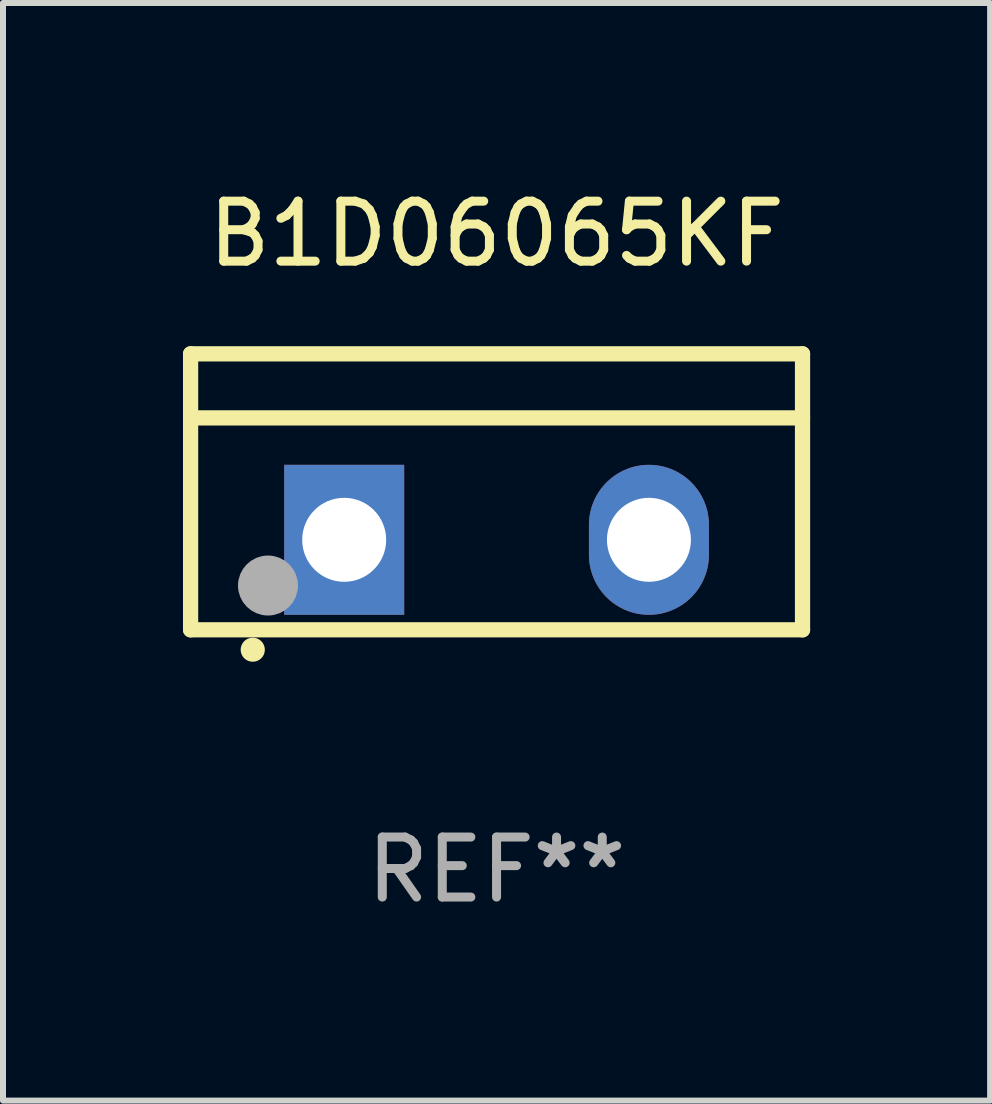
<source format=kicad_pcb>
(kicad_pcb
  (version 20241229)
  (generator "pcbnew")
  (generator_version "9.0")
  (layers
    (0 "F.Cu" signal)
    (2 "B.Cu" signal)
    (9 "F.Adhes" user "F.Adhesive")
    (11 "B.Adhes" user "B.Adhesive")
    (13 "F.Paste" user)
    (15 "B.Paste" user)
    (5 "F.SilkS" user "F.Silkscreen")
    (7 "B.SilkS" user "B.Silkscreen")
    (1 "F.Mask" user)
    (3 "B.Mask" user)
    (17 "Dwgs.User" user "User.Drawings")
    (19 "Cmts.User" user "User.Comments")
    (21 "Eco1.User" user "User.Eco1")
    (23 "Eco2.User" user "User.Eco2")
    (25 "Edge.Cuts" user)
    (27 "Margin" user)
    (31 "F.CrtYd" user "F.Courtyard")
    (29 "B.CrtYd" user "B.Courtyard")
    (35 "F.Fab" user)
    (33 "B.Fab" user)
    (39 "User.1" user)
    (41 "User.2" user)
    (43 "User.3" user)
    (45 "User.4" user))
  (footprint "B1D06065KF"
    (layer "F.Cu")
    (at 5.227 5.148)
    (property "Reference" "B1D06065KF" (at 0 -4.3 0) (layer "F.SilkS") (effects (font (size 1 1) (thickness 0.15))))
    (attr through_hole)
    (fp_line (start -5.1 -2.3) (end -5.1 2.3) (stroke (width 0.254) (type solid)) (layer "F.SilkS"))
    (fp_line (start -5.1 2.3) (end 5.1 2.3) (stroke (width 0.254) (type solid)) (layer "F.SilkS"))
    (fp_line (start -5.08 -1.232) (end 5.1 -1.232) (stroke (width 0.254) (type solid)) (layer "F.SilkS"))
    (fp_line (start 5.1 -2.3) (end -5.1 -2.3) (stroke (width 0.254) (type solid)) (layer "F.SilkS"))
    (fp_line (start 5.1 -2.3) (end 5.1 2.3) (stroke (width 0.254) (type solid)) (layer "F.SilkS"))
    (fp_arc (start -4.065278 2.632004) (mid -4.064008 2.632) (end -4.062738 2.632004) (stroke (width 0.4) (type solid)) (layer "F.SilkS"))
    (fp_circle (center -5.1 2.32) (end -5.07 2.32) (stroke (width 0.06) (type solid)) (fill no) (layer "F.SilkS"))
    (fp_circle (center -3.81 1.562) (end -3.56 1.562) (stroke (width 0.5) (type solid)) (fill no) (layer "F.Fab"))
    (fp_text user "REF**" (at 0 6.3 0) (layer "F.Fab") (effects (font (size 1 1) (thickness 0.15))))
    (pad "1" thru_hole rect (at -2.54 0.8) (size 2 2.5) (drill 1.4) (layers "*.Cu" "*.Mask"))
    (pad "2" thru_hole oval (at 2.54 0.8) (size 2 2.5) (drill 1.4) (layers "*.Cu" "*.Mask")))
  (gr_rect
    (start -3 -3)
    (end 13.454 15.296)
    (stroke (width 0.1) (type default))
    (fill no)
    (layer "Edge.Cuts")))
</source>
